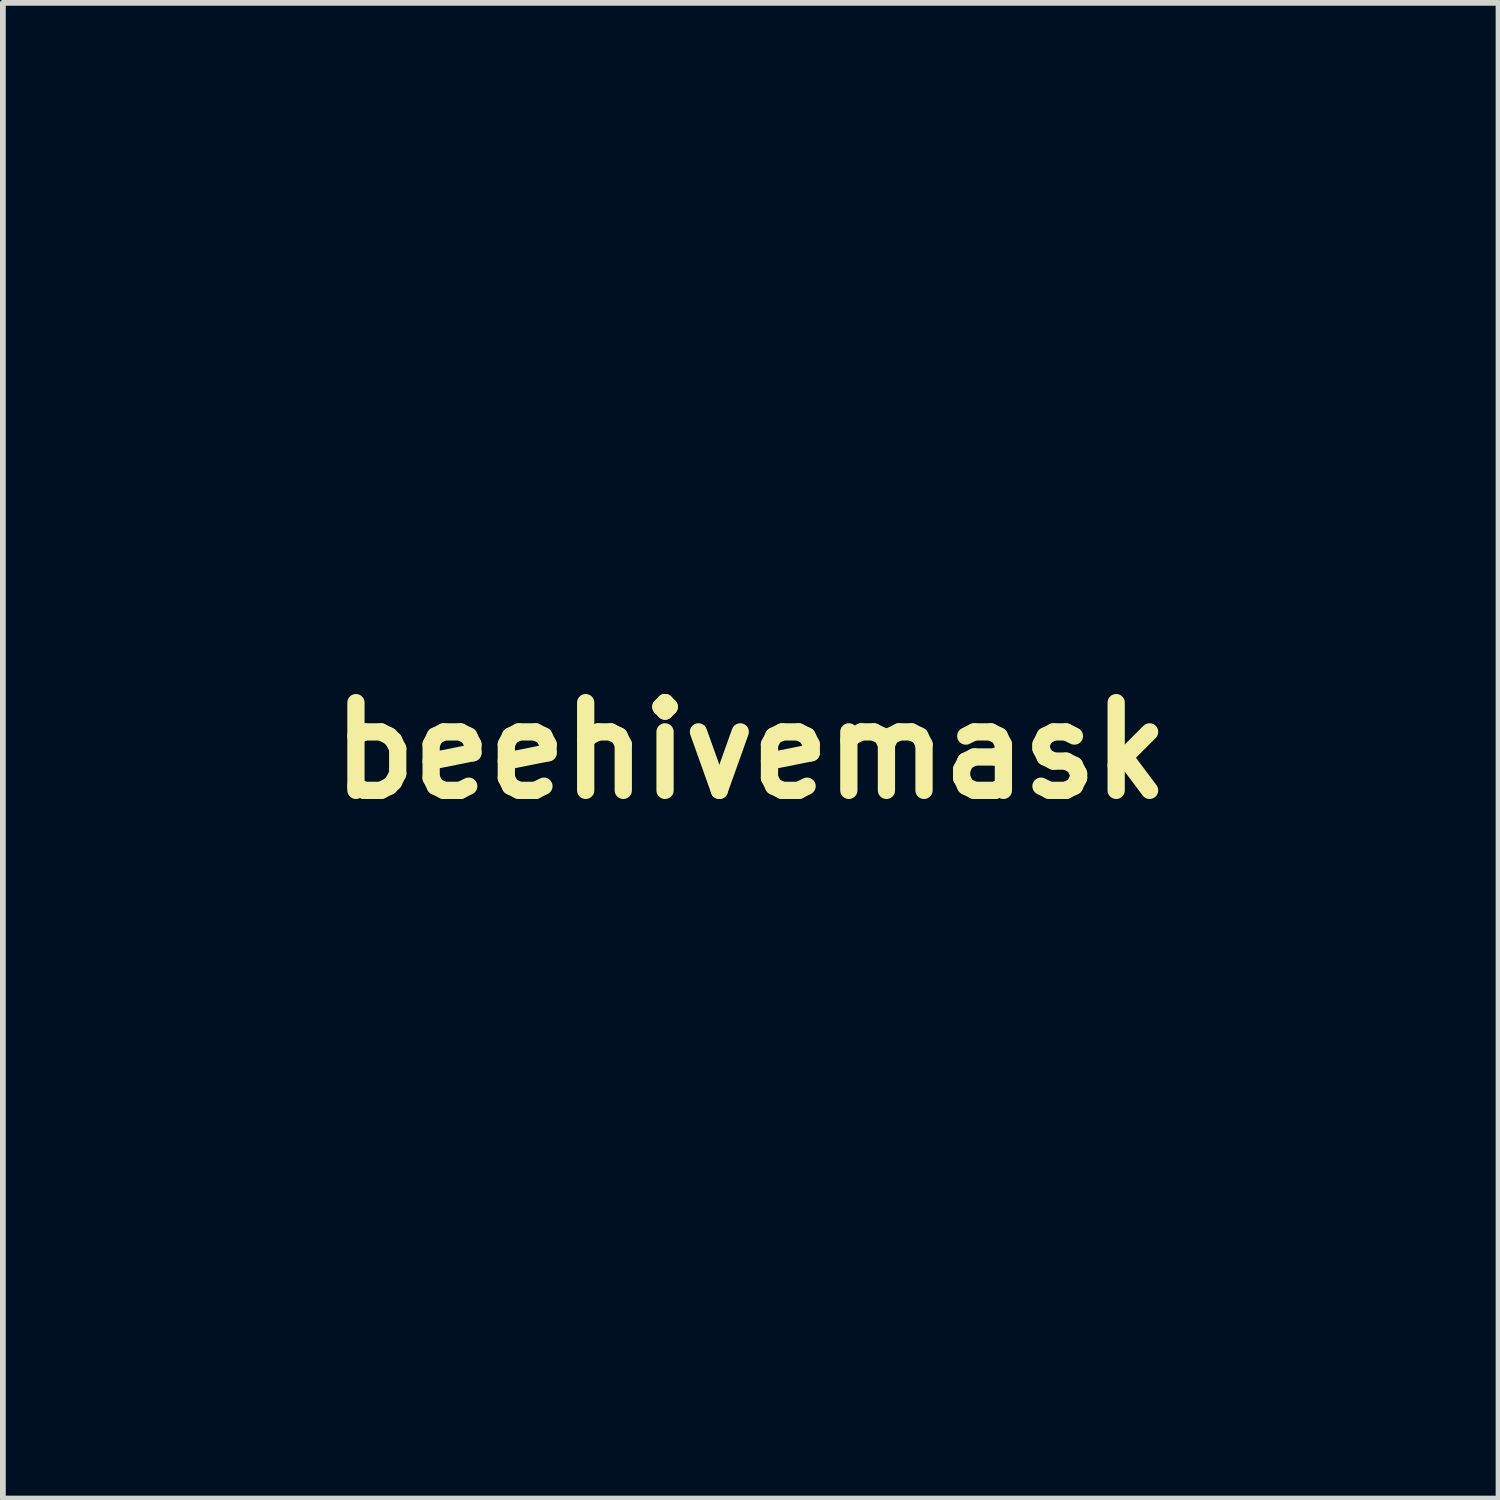
<source format=kicad_pcb>
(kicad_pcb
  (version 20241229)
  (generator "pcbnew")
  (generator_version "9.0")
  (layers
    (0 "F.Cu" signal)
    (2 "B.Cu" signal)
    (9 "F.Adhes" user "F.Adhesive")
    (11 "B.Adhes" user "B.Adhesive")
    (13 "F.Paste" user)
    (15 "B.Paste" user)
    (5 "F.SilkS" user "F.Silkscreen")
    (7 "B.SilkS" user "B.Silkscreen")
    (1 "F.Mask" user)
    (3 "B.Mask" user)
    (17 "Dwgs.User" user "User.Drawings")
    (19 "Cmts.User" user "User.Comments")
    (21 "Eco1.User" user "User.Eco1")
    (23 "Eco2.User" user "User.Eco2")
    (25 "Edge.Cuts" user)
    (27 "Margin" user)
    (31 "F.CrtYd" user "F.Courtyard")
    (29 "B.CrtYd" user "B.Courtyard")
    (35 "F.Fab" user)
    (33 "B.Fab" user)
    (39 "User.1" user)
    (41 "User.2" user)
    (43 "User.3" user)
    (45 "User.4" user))
  (footprint "beehivemask"
    (layer "F.Cu")
    (at 9.992 9.992)
    (property "Reference" "beehivemask" (at 0 0 0) (layer "F.SilkS") (effects (font (size 1.524 1.524) (thickness 0.3))))
    (attr through_hole)
    (fp_poly (pts (xy 9.987 9.987) (xy 9.755 9.987) (xy 9.657 9.987) (xy 9.592 9.985) (xy 9.553 9.98) (xy 9.536 9.973) (xy 9.534 9.961) (xy 9.535 9.957) (xy 9.545 9.921) (xy 9.547 9.909) (xy 9.563 9.896) (xy 9.593 9.892) (xy 9.637 9.877) (xy 9.651 9.855) (xy 9.678 9.82) (xy 9.701 9.809) (xy 9.731 9.789) (xy 9.738 9.77) (xy 9.754 9.741) (xy 9.777 9.729) (xy 9.808 9.707) (xy 9.815 9.689) (xy 9.83 9.658) (xy 9.853 9.638) (xy 9.884 9.607) (xy 9.892 9.583) (xy 9.909 9.555) (xy 9.94 9.542) (xy 9.987 9.533) (xy 9.987 9.987)) (stroke (width 0.01) (type solid)) (fill yes) (layer "F.Mask"))
    (fp_poly (pts (xy -9.657 -9.987) (xy -9.592 -9.985) (xy -9.553 -9.98) (xy -9.536 -9.973) (xy -9.534 -9.961) (xy -9.535 -9.957) (xy -9.545 -9.921) (xy -9.547 -9.909) (xy -9.563 -9.896) (xy -9.593 -9.892) (xy -9.637 -9.877) (xy -9.651 -9.855) (xy -9.678 -9.82) (xy -9.701 -9.809) (xy -9.731 -9.789) (xy -9.738 -9.77) (xy -9.754 -9.741) (xy -9.775 -9.729) (xy -9.809 -9.703) (xy -9.82 -9.682) (xy -9.849 -9.64) (xy -9.901 -9.619) (xy -9.944 -9.619) (xy -9.964 -9.624) (xy -9.977 -9.638) (xy -9.984 -9.666) (xy -9.987 -9.718) (xy -9.987 -9.8) (xy -9.987 -9.807) (xy -9.987 -9.987) (xy -9.755 -9.987) (xy -9.657 -9.987)) (stroke (width 0.01) (type solid)) (fill yes) (layer "F.Mask"))
    (fp_poly (pts (xy -9.948 9.541) (xy -9.91 9.563) (xy -9.896 9.583) (xy -9.871 9.619) (xy -9.85 9.639) (xy -9.822 9.67) (xy -9.815 9.69) (xy -9.799 9.717) (xy -9.779 9.728) (xy -9.744 9.755) (xy -9.733 9.777) (xy -9.712 9.808) (xy -9.693 9.815) (xy -9.664 9.831) (xy -9.652 9.852) (xy -9.624 9.884) (xy -9.589 9.895) (xy -9.546 9.912) (xy -9.531 9.944) (xy -9.53 9.962) (xy -9.536 9.975) (xy -9.556 9.982) (xy -9.596 9.986) (xy -9.662 9.987) (xy -9.756 9.987) (xy -9.987 9.987) (xy -9.987 9.759) (xy -9.987 9.663) (xy -9.986 9.599) (xy -9.982 9.561) (xy -9.974 9.543) (xy -9.962 9.539) (xy -9.948 9.541)) (stroke (width 0.01) (type solid)) (fill yes) (layer "F.Mask"))
    (fp_poly (pts (xy 9.987 -9.757) (xy 9.987 -9.669) (xy 9.986 -9.596) (xy 9.985 -9.547) (xy 9.983 -9.529) (xy 9.983 -9.529) (xy 9.963 -9.536) (xy 9.935 -9.547) (xy 9.901 -9.57) (xy 9.892 -9.589) (xy 9.877 -9.618) (xy 9.853 -9.638) (xy 9.823 -9.667) (xy 9.815 -9.689) (xy 9.799 -9.717) (xy 9.779 -9.728) (xy 9.744 -9.755) (xy 9.733 -9.777) (xy 9.712 -9.808) (xy 9.694 -9.815) (xy 9.667 -9.831) (xy 9.656 -9.853) (xy 9.631 -9.885) (xy 9.596 -9.892) (xy 9.559 -9.897) (xy 9.547 -9.909) (xy 9.54 -9.941) (xy 9.535 -9.957) (xy 9.534 -9.97) (xy 9.547 -9.979) (xy 9.58 -9.984) (xy 9.637 -9.987) (xy 9.726 -9.987) (xy 9.755 -9.987) (xy 9.987 -9.987) (xy 9.987 -9.757)) (stroke (width 0.01) (type solid)) (fill yes) (layer "F.Mask"))
    (fp_poly (pts (xy 0.24 -4.277) (xy 0.49 -4.225) (xy 0.743 -4.138) (xy 0.985 -4.023) (xy 1.026 -3.997) (xy 1.084 -3.957) (xy 1.152 -3.908) (xy 1.223 -3.854) (xy 1.29 -3.801) (xy 1.346 -3.755) (xy 1.385 -3.72) (xy 1.4 -3.702) (xy 1.412 -3.683) (xy 1.443 -3.644) (xy 1.478 -3.604) (xy 1.544 -3.53) (xy 1.596 -3.465) (xy 1.641 -3.398) (xy 1.688 -3.317) (xy 1.74 -3.221) (xy 1.836 -3.017) (xy 1.905 -2.827) (xy 1.946 -2.654) (xy 1.949 -2.626) (xy 1.954 -2.563) (xy 1.957 -2.471) (xy 1.957 -2.362) (xy 1.955 -2.245) (xy 1.953 -2.195) (xy 1.944 -2.033) (xy 1.928 -1.898) (xy 1.903 -1.778) (xy 1.865 -1.661) (xy 1.813 -1.536) (xy 1.753 -1.413) (xy 1.704 -1.318) (xy 1.661 -1.243) (xy 1.618 -1.177) (xy 1.568 -1.111) (xy 1.504 -1.035) (xy 1.443 -0.966) (xy 1.26 -0.788) (xy 1.048 -0.635) (xy 0.808 -0.507) (xy 0.54 -0.404) (xy 0.46 -0.38) (xy 0.385 -0.362) (xy 0.305 -0.348) (xy 0.211 -0.34) (xy 0.092 -0.334) (xy 0.029 -0.332) (xy -0.089 -0.33) (xy -0.178 -0.331) (xy -0.249 -0.335) (xy -0.312 -0.344) (xy -0.377 -0.358) (xy -0.431 -0.373) (xy -0.681 -0.45) (xy -0.899 -0.541) (xy -1.089 -0.645) (xy -1.257 -0.767) (xy -1.362 -0.863) (xy -1.545 -1.065) (xy -1.695 -1.28) (xy -1.815 -1.511) (xy -1.908 -1.764) (xy -1.955 -1.942) (xy -1.986 -2.146) (xy -1.991 -2.366) (xy -1.97 -2.59) (xy -1.926 -2.806) (xy -1.858 -3.001) (xy -1.758 -3.215) (xy -1.657 -3.391) (xy -1.554 -3.533) (xy -1.538 -3.55) (xy -1.487 -3.611) (xy -1.446 -3.66) (xy -1.422 -3.692) (xy -1.419 -3.699) (xy -1.404 -3.715) (xy -1.366 -3.75) (xy -1.31 -3.798) (xy -1.248 -3.848) (xy -1.032 -3.998) (xy -0.798 -4.12) (xy -0.551 -4.212) (xy -0.298 -4.27) (xy -0.045 -4.294) (xy -0.01 -4.294) (xy 0.24 -4.277)) (stroke (width 0.01) (type solid)) (fill yes) (layer "F.Mask"))
    (fp_poly (pts (xy -2.288 0.252) (xy -2.155 0.257) (xy -2.033 0.267) (xy -1.933 0.28) (xy -1.879 0.293) (xy -1.731 0.357) (xy -1.606 0.45) (xy -1.506 0.573) (xy -1.433 0.722) (xy -1.426 0.743) (xy -1.409 0.809) (xy -1.419 0.851) (xy -1.458 0.876) (xy -1.517 0.89) (xy -1.581 0.904) (xy -1.638 0.924) (xy -1.646 0.928) (xy -1.697 0.947) (xy -1.763 0.963) (xy -1.787 0.967) (xy -1.842 0.973) (xy -1.875 0.966) (xy -1.901 0.94) (xy -1.923 0.907) (xy -1.961 0.851) (xy -1.998 0.814) (xy -2.045 0.786) (xy -2.115 0.758) (xy -2.179 0.74) (xy -2.249 0.731) (xy -2.34 0.731) (xy -2.374 0.732) (xy -2.51 0.748) (xy -2.614 0.78) (xy -2.692 0.83) (xy -2.739 0.888) (xy -2.749 0.905) (xy -2.757 0.924) (xy -2.764 0.948) (xy -2.769 0.981) (xy -2.773 1.026) (xy -2.776 1.089) (xy -2.777 1.171) (xy -2.779 1.277) (xy -2.779 1.41) (xy -2.78 1.575) (xy -2.78 1.76) (xy -2.78 1.957) (xy -2.779 2.12) (xy -2.779 2.252) (xy -2.777 2.356) (xy -2.775 2.437) (xy -2.772 2.498) (xy -2.768 2.543) (xy -2.763 2.576) (xy -2.757 2.6) (xy -2.748 2.619) (xy -2.74 2.634) (xy -2.701 2.69) (xy -2.655 2.73) (xy -2.596 2.756) (xy -2.517 2.772) (xy -2.411 2.779) (xy -2.331 2.78) (xy -2.232 2.779) (xy -2.162 2.777) (xy -2.114 2.772) (xy -2.079 2.762) (xy -2.049 2.745) (xy -2.019 2.724) (xy -1.967 2.678) (xy -1.927 2.627) (xy -1.918 2.609) (xy -1.897 2.573) (xy -1.868 2.554) (xy -1.824 2.553) (xy -1.757 2.568) (xy -1.695 2.586) (xy -1.621 2.609) (xy -1.55 2.627) (xy -1.512 2.635) (xy -1.451 2.65) (xy -1.42 2.676) (xy -1.413 2.719) (xy -1.429 2.788) (xy -1.435 2.805) (xy -1.5 2.944) (xy -1.597 3.063) (xy -1.722 3.159) (xy -1.85 3.222) (xy -1.896 3.238) (xy -1.942 3.249) (xy -1.996 3.258) (xy -2.065 3.263) (xy -2.155 3.267) (xy -2.274 3.27) (xy -2.32 3.271) (xy -2.445 3.273) (xy -2.54 3.274) (xy -2.61 3.272) (xy -2.665 3.267) (xy -2.71 3.259) (xy -2.753 3.247) (xy -2.802 3.23) (xy -2.815 3.225) (xy -2.95 3.156) (xy -3.073 3.059) (xy -3.173 2.942) (xy -3.229 2.844) (xy -3.278 2.737) (xy -3.278 0.804) (xy -3.228 0.685) (xy -3.151 0.544) (xy -3.045 0.43) (xy -2.911 0.342) (xy -2.751 0.282) (xy -2.741 0.279) (xy -2.66 0.265) (xy -2.551 0.256) (xy -2.424 0.252) (xy -2.288 0.252)) (stroke (width 0.01) (type solid)) (fill yes) (layer "F.Mask"))
    (fp_poly (pts (xy 2.497 0.254) (xy 2.655 0.271) (xy 2.786 0.301) (xy 2.895 0.347) (xy 2.988 0.412) (xy 3.069 0.496) (xy 3.133 0.582) (xy 3.18 0.67) (xy 3.212 0.773) (xy 3.231 0.897) (xy 3.238 1.047) (xy 3.235 1.19) (xy 3.228 1.318) (xy 3.217 1.415) (xy 3.202 1.49) (xy 3.179 1.55) (xy 3.146 1.604) (xy 3.105 1.654) (xy 3.064 1.704) (xy 3.037 1.745) (xy 3.029 1.764) (xy 3.042 1.79) (xy 3.074 1.831) (xy 3.105 1.864) (xy 3.153 1.92) (xy 3.191 1.981) (xy 3.204 2.01) (xy 3.217 2.072) (xy 3.226 2.163) (xy 3.233 2.273) (xy 3.235 2.393) (xy 3.235 2.512) (xy 3.231 2.622) (xy 3.223 2.712) (xy 3.213 2.767) (xy 3.157 2.907) (xy 3.069 3.03) (xy 2.953 3.132) (xy 2.814 3.209) (xy 2.734 3.238) (xy 2.675 3.253) (xy 2.617 3.265) (xy 2.55 3.272) (xy 2.468 3.276) (xy 2.361 3.277) (xy 2.281 3.277) (xy 2.157 3.276) (xy 2.064 3.273) (xy 1.992 3.268) (xy 1.934 3.259) (xy 1.883 3.247) (xy 1.84 3.233) (xy 1.703 3.177) (xy 1.595 3.107) (xy 1.507 3.017) (xy 1.431 2.898) (xy 1.412 2.862) (xy 1.374 2.777) (xy 1.363 2.717) (xy 1.378 2.677) (xy 1.424 2.651) (xy 1.486 2.636) (xy 1.548 2.622) (xy 1.625 2.601) (xy 1.673 2.586) (xy 1.751 2.565) (xy 1.806 2.565) (xy 1.85 2.589) (xy 1.894 2.64) (xy 1.897 2.644) (xy 1.941 2.698) (xy 1.989 2.736) (xy 2.049 2.76) (xy 2.128 2.774) (xy 2.234 2.779) (xy 2.293 2.779) (xy 2.394 2.778) (xy 2.466 2.775) (xy 2.517 2.768) (xy 2.557 2.756) (xy 2.594 2.737) (xy 2.597 2.736) (xy 2.647 2.703) (xy 2.682 2.665) (xy 2.704 2.616) (xy 2.717 2.548) (xy 2.721 2.452) (xy 2.722 2.393) (xy 2.721 2.283) (xy 2.715 2.203) (xy 2.702 2.147) (xy 2.681 2.105) (xy 2.649 2.072) (xy 2.626 2.053) (xy 2.59 2.031) (xy 2.548 2.016) (xy 2.491 2.006) (xy 2.408 1.998) (xy 2.37 1.996) (xy 2.176 1.984) (xy 2.176 1.524) (xy 2.378 1.514) (xy 2.471 1.509) (xy 2.536 1.502) (xy 2.58 1.492) (xy 2.614 1.476) (xy 2.64 1.457) (xy 2.672 1.428) (xy 2.695 1.399) (xy 2.709 1.362) (xy 2.717 1.309) (xy 2.721 1.233) (xy 2.722 1.126) (xy 2.722 1.119) (xy 2.721 1.023) (xy 2.718 0.956) (xy 2.711 0.911) (xy 2.699 0.88) (xy 2.683 0.857) (xy 2.621 0.805) (xy 2.531 0.766) (xy 2.422 0.74) (xy 2.303 0.73) (xy 2.182 0.736) (xy 2.076 0.757) (xy 2.001 0.788) (xy 1.941 0.836) (xy 1.908 0.872) (xy 1.857 0.926) (xy 1.807 0.954) (xy 1.749 0.956) (xy 1.673 0.937) (xy 1.629 0.92) (xy 1.561 0.898) (xy 1.496 0.884) (xy 1.47 0.882) (xy 1.405 0.87) (xy 1.368 0.836) (xy 1.361 0.803) (xy 1.374 0.747) (xy 1.408 0.673) (xy 1.459 0.591) (xy 1.52 0.51) (xy 1.585 0.44) (xy 1.589 0.437) (xy 1.663 0.376) (xy 1.74 0.329) (xy 1.827 0.294) (xy 1.93 0.271) (xy 2.055 0.257) (xy 2.208 0.25) (xy 2.308 0.249) (xy 2.497 0.254)) (stroke (width 0.01) (type solid)) (fill yes) (layer "F.Mask"))
    (fp_poly (pts (xy -4.871 0.249) (xy -4.735 0.25) (xy -4.628 0.251) (xy -4.544 0.253) (xy -4.479 0.256) (xy -4.428 0.261) (xy -4.385 0.268) (xy -4.347 0.278) (xy -4.307 0.289) (xy -4.281 0.298) (xy -4.128 0.361) (xy -4.008 0.443) (xy -3.916 0.546) (xy -3.85 0.674) (xy -3.822 0.757) (xy -3.816 0.802) (xy -3.81 0.881) (xy -3.805 0.988) (xy -3.801 1.119) (xy -3.797 1.269) (xy -3.795 1.433) (xy -3.794 1.606) (xy -3.794 1.783) (xy -3.794 1.96) (xy -3.796 2.132) (xy -3.798 2.294) (xy -3.802 2.44) (xy -3.806 2.567) (xy -3.811 2.669) (xy -3.817 2.741) (xy -3.823 2.774) (xy -3.877 2.913) (xy -3.959 3.03) (xy -4.072 3.125) (xy -4.216 3.201) (xy -4.32 3.238) (xy -4.36 3.249) (xy -4.399 3.258) (xy -4.444 3.265) (xy -4.498 3.27) (xy -4.566 3.274) (xy -4.655 3.276) (xy -4.768 3.277) (xy -4.91 3.277) (xy -5.039 3.277) (xy -5.215 3.277) (xy -5.365 3.275) (xy -5.488 3.271) (xy -5.58 3.267) (xy -5.639 3.262) (xy -5.66 3.257) (xy -5.675 3.243) (xy -5.685 3.217) (xy -5.691 3.172) (xy -5.693 3.1) (xy -5.693 3.039) (xy -5.691 2.931) (xy -5.682 2.855) (xy -5.665 2.809) (xy -5.638 2.785) (xy -5.607 2.78) (xy -5.577 2.765) (xy -5.551 2.737) (xy -5.544 2.723) (xy -5.538 2.702) (xy -5.533 2.669) (xy -5.53 2.621) (xy -5.527 2.556) (xy -5.524 2.47) (xy -5.523 2.359) (xy -5.522 2.222) (xy -5.521 2.054) (xy -5.521 1.852) (xy -5.521 1.825) (xy -5.025 1.825) (xy -5.024 1.994) (xy -5.023 2.157) (xy -5.021 2.309) (xy -5.019 2.446) (xy -5.015 2.563) (xy -5.012 2.656) (xy -5.007 2.72) (xy -5.002 2.752) (xy -5.001 2.753) (xy -4.98 2.765) (xy -4.938 2.773) (xy -4.868 2.778) (xy -4.767 2.78) (xy -4.74 2.78) (xy -4.636 2.779) (xy -4.562 2.776) (xy -4.511 2.77) (xy -4.473 2.759) (xy -4.441 2.743) (xy -4.435 2.74) (xy -4.407 2.723) (xy -4.383 2.707) (xy -4.364 2.689) (xy -4.349 2.665) (xy -4.337 2.632) (xy -4.328 2.587) (xy -4.322 2.525) (xy -4.317 2.444) (xy -4.315 2.34) (xy -4.314 2.21) (xy -4.313 2.05) (xy -4.313 1.856) (xy -4.313 1.76) (xy -4.313 0.903) (xy -4.357 0.852) (xy -4.426 0.795) (xy -4.522 0.756) (xy -4.648 0.735) (xy -4.785 0.728) (xy -4.884 0.73) (xy -4.95 0.736) (xy -4.989 0.746) (xy -5.002 0.755) (xy -5.007 0.78) (xy -5.011 0.839) (xy -5.015 0.927) (xy -5.018 1.041) (xy -5.021 1.174) (xy -5.023 1.324) (xy -5.024 1.485) (xy -5.025 1.654) (xy -5.025 1.825) (xy -5.521 1.825) (xy -5.521 1.755) (xy -5.522 1.56) (xy -5.523 1.379) (xy -5.524 1.216) (xy -5.526 1.074) (xy -5.529 0.957) (xy -5.532 0.867) (xy -5.536 0.81) (xy -5.539 0.787) (xy -5.567 0.761) (xy -5.614 0.733) (xy -5.62 0.729) (xy -5.684 0.699) (xy -5.689 0.501) (xy -5.69 0.392) (xy -5.685 0.317) (xy -5.674 0.278) (xy -5.673 0.276) (xy -5.66 0.268) (xy -5.634 0.262) (xy -5.591 0.257) (xy -5.527 0.254) (xy -5.439 0.252) (xy -5.322 0.25) (xy -5.174 0.249) (xy -5.04 0.249) (xy -4.871 0.249)) (stroke (width 0.01) (type solid)) (fill yes) (layer "F.Mask"))
    (fp_poly (pts (xy 0.433 0.251) (xy 0.512 0.255) (xy 0.564 0.261) (xy 0.585 0.268) (xy 0.587 0.291) (xy 0.589 0.348) (xy 0.591 0.435) (xy 0.593 0.55) (xy 0.594 0.687) (xy 0.595 0.843) (xy 0.595 1.014) (xy 0.595 1.178) (xy 0.595 1.386) (xy 0.594 1.559) (xy 0.595 1.701) (xy 0.596 1.814) (xy 0.597 1.902) (xy 0.599 1.97) (xy 0.602 2.019) (xy 0.607 2.053) (xy 0.612 2.076) (xy 0.619 2.092) (xy 0.627 2.103) (xy 0.632 2.108) (xy 0.674 2.135) (xy 0.735 2.146) (xy 0.766 2.147) (xy 0.829 2.151) (xy 0.865 2.164) (xy 0.881 2.184) (xy 0.891 2.223) (xy 0.898 2.286) (xy 0.901 2.363) (xy 0.9 2.444) (xy 0.896 2.518) (xy 0.888 2.575) (xy 0.878 2.603) (xy 0.847 2.616) (xy 0.792 2.625) (xy 0.755 2.626) (xy 0.696 2.628) (xy 0.653 2.636) (xy 0.625 2.657) (xy 0.607 2.695) (xy 0.598 2.756) (xy 0.595 2.846) (xy 0.595 2.958) (xy 0.596 3.066) (xy 0.595 3.143) (xy 0.591 3.194) (xy 0.584 3.225) (xy 0.574 3.244) (xy 0.564 3.253) (xy 0.525 3.267) (xy 0.451 3.275) (xy 0.341 3.278) (xy 0.323 3.278) (xy 0.231 3.277) (xy 0.17 3.275) (xy 0.132 3.269) (xy 0.11 3.258) (xy 0.097 3.242) (xy 0.095 3.238) (xy 0.085 3.198) (xy 0.08 3.122) (xy 0.078 3.014) (xy 0.08 2.93) (xy 0.081 2.82) (xy 0.081 2.743) (xy 0.077 2.692) (xy 0.07 2.662) (xy 0.059 2.646) (xy 0.057 2.645) (xy 0.031 2.64) (xy -0.029 2.635) (xy -0.116 2.632) (xy -0.225 2.629) (xy -0.351 2.627) (xy -0.463 2.627) (xy -0.615 2.626) (xy -0.732 2.625) (xy -0.82 2.623) (xy -0.883 2.62) (xy -0.925 2.616) (xy -0.95 2.61) (xy -0.963 2.602) (xy -0.966 2.596) (xy -0.973 2.558) (xy -0.976 2.493) (xy -0.978 2.41) (xy -0.977 2.32) (xy -0.973 2.234) (xy -0.968 2.162) (xy -0.961 2.114) (xy -0.958 2.105) (xy -0.935 2.06) (xy -0.932 2.054) (xy -0.378 2.054) (xy -0.376 2.103) (xy -0.36 2.124) (xy -0.329 2.136) (xy -0.271 2.144) (xy -0.196 2.148) (xy -0.115 2.147) (xy -0.04 2.143) (xy 0.02 2.134) (xy 0.054 2.122) (xy 0.056 2.12) (xy 0.065 2.089) (xy 0.073 2.02) (xy 0.079 1.914) (xy 0.084 1.773) (xy 0.084 1.732) (xy 0.086 1.576) (xy 0.084 1.457) (xy 0.077 1.373) (xy 0.066 1.322) (xy 0.05 1.304) (xy 0.027 1.317) (xy -0.002 1.358) (xy -0.039 1.428) (xy -0.042 1.433) (xy -0.08 1.508) (xy -0.129 1.601) (xy -0.181 1.697) (xy -0.206 1.741) (xy -0.247 1.816) (xy -0.28 1.877) (xy -0.302 1.919) (xy -0.307 1.933) (xy -0.318 1.956) (xy -0.344 1.992) (xy -0.345 1.994) (xy -0.378 2.054) (xy -0.932 2.054) (xy -0.904 2.003) (xy -0.896 1.989) (xy -0.87 1.945) (xy -0.83 1.875) (xy -0.78 1.789) (xy -0.726 1.694) (xy -0.671 1.598) (xy -0.622 1.511) (xy -0.582 1.44) (xy -0.556 1.394) (xy -0.534 1.354) (xy -0.498 1.289) (xy -0.451 1.207) (xy -0.398 1.114) (xy -0.342 1.015) (xy -0.286 0.917) (xy -0.234 0.826) (xy -0.189 0.748) (xy -0.155 0.689) (xy -0.135 0.656) (xy -0.133 0.652) (xy -0.11 0.613) (xy -0.091 0.575) (xy -0.07 0.536) (xy -0.035 0.476) (xy 0.006 0.406) (xy 0.017 0.388) (xy 0.1 0.249) (xy 0.337 0.249) (xy 0.433 0.251)) (stroke (width 0.01) (type solid)) (fill yes) (layer "F.Mask"))
    (fp_poly (pts (xy 4.692 0.249) (xy 4.745 0.249) (xy 4.937 0.249) (xy 5.093 0.25) (xy 5.218 0.251) (xy 5.316 0.252) (xy 5.388 0.255) (xy 5.441 0.258) (xy 5.475 0.263) (xy 5.496 0.268) (xy 5.507 0.275) (xy 5.509 0.28) (xy 5.517 0.319) (xy 5.521 0.383) (xy 5.522 0.461) (xy 5.52 0.542) (xy 5.515 0.616) (xy 5.508 0.674) (xy 5.499 0.704) (xy 5.498 0.705) (xy 5.478 0.713) (xy 5.434 0.719) (xy 5.363 0.723) (xy 5.262 0.726) (xy 5.129 0.728) (xy 4.96 0.728) (xy 4.952 0.728) (xy 4.429 0.728) (xy 4.397 0.777) (xy 4.373 0.831) (xy 4.349 0.91) (xy 4.329 1.002) (xy 4.317 1.092) (xy 4.314 1.146) (xy 4.306 1.218) (xy 4.288 1.287) (xy 4.284 1.297) (xy 4.265 1.345) (xy 4.258 1.371) (xy 4.266 1.387) (xy 4.286 1.408) (xy 4.303 1.419) (xy 4.331 1.427) (xy 4.376 1.432) (xy 4.444 1.436) (xy 4.54 1.437) (xy 4.659 1.438) (xy 4.783 1.438) (xy 4.876 1.439) (xy 4.945 1.443) (xy 4.998 1.448) (xy 5.041 1.458) (xy 5.083 1.472) (xy 5.13 1.49) (xy 5.273 1.566) (xy 5.386 1.666) (xy 5.471 1.791) (xy 5.529 1.943) (xy 5.538 1.98) (xy 5.549 2.054) (xy 5.556 2.155) (xy 5.559 2.275) (xy 5.559 2.402) (xy 5.555 2.526) (xy 5.547 2.638) (xy 5.536 2.727) (xy 5.529 2.76) (xy 5.474 2.905) (xy 5.391 3.027) (xy 5.277 3.125) (xy 5.132 3.202) (xy 5.055 3.23) (xy 4.995 3.248) (xy 4.942 3.261) (xy 4.885 3.269) (xy 4.818 3.274) (xy 4.732 3.277) (xy 4.617 3.277) (xy 4.585 3.277) (xy 4.461 3.276) (xy 4.366 3.273) (xy 4.294 3.268) (xy 4.236 3.259) (xy 4.184 3.247) (xy 4.141 3.234) (xy 4.003 3.178) (xy 3.897 3.113) (xy 3.821 3.042) (xy 3.78 2.986) (xy 3.74 2.919) (xy 3.709 2.851) (xy 3.689 2.793) (xy 3.686 2.755) (xy 3.687 2.753) (xy 3.711 2.732) (xy 3.758 2.715) (xy 3.771 2.713) (xy 3.841 2.696) (xy 3.909 2.672) (xy 3.91 2.671) (xy 3.971 2.651) (xy 4.046 2.636) (xy 4.075 2.632) (xy 4.137 2.628) (xy 4.173 2.634) (xy 4.196 2.654) (xy 4.2 2.66) (xy 4.234 2.694) (xy 4.284 2.732) (xy 4.294 2.739) (xy 4.327 2.756) (xy 4.363 2.768) (xy 4.411 2.775) (xy 4.478 2.778) (xy 4.574 2.779) (xy 4.601 2.779) (xy 4.704 2.778) (xy 4.778 2.775) (xy 4.83 2.769) (xy 4.87 2.758) (xy 4.906 2.742) (xy 4.917 2.736) (xy 4.969 2.699) (xy 5.009 2.657) (xy 5.017 2.645) (xy 5.027 2.606) (xy 5.034 2.538) (xy 5.039 2.451) (xy 5.041 2.354) (xy 5.041 2.258) (xy 5.038 2.17) (xy 5.032 2.101) (xy 5.024 2.064) (xy 4.997 2.022) (xy 4.952 1.979) (xy 4.942 1.972) (xy 4.916 1.954) (xy 4.888 1.942) (xy 4.852 1.934) (xy 4.802 1.929) (xy 4.729 1.927) (xy 4.627 1.927) (xy 4.591 1.927) (xy 4.48 1.927) (xy 4.401 1.928) (xy 4.345 1.932) (xy 4.307 1.938) (xy 4.278 1.95) (xy 4.252 1.966) (xy 4.235 1.979) (xy 4.186 2.011) (xy 4.146 2.03) (xy 4.136 2.032) (xy 4.092 2.026) (xy 4.024 2.011) (xy 3.943 1.989) (xy 3.86 1.964) (xy 3.786 1.938) (xy 3.729 1.914) (xy 3.699 1.89) (xy 3.686 1.859) (xy 3.684 1.842) (xy 3.687 1.786) (xy 3.7 1.718) (xy 3.708 1.691) (xy 3.724 1.628) (xy 3.74 1.543) (xy 3.754 1.453) (xy 3.755 1.438) (xy 3.768 1.342) (xy 3.785 1.241) (xy 3.802 1.156) (xy 3.803 1.15) (xy 3.819 1.069) (xy 3.83 0.989) (xy 3.833 0.939) (xy 3.84 0.867) (xy 3.856 0.786) (xy 3.864 0.757) (xy 3.879 0.692) (xy 3.895 0.605) (xy 3.908 0.513) (xy 3.91 0.491) (xy 3.916 0.432) (xy 3.92 0.384) (xy 3.927 0.344) (xy 3.941 0.313) (xy 3.964 0.29) (xy 4.001 0.273) (xy 4.054 0.261) (xy 4.128 0.254) (xy 4.225 0.25) (xy 4.349 0.249) (xy 4.503 0.249) (xy 4.692 0.249)) (stroke (width 0.01) (type solid)) (fill yes) (layer "F.Mask"))
    (fp_poly (pts (xy 0.03 -8.658) (xy 0.121 -8.651) (xy 0.182 -8.646) (xy 0.447 -8.605) (xy 0.69 -8.534) (xy 0.913 -8.431) (xy 1.116 -8.296) (xy 1.303 -8.126) (xy 1.447 -7.959) (xy 1.523 -7.861) (xy 1.581 -7.788) (xy 1.625 -7.736) (xy 1.661 -7.703) (xy 1.694 -7.682) (xy 1.73 -7.671) (xy 1.773 -7.666) (xy 1.83 -7.662) (xy 1.841 -7.661) (xy 1.987 -7.641) (xy 2.145 -7.607) (xy 2.298 -7.562) (xy 2.425 -7.514) (xy 2.523 -7.462) (xy 2.636 -7.391) (xy 2.754 -7.308) (xy 2.864 -7.221) (xy 2.957 -7.138) (xy 2.968 -7.126) (xy 3.113 -6.958) (xy 3.228 -6.777) (xy 3.318 -6.574) (xy 3.368 -6.416) (xy 3.391 -6.336) (xy 3.414 -6.267) (xy 3.431 -6.22) (xy 3.437 -6.209) (xy 3.469 -6.184) (xy 3.524 -6.161) (xy 3.551 -6.154) (xy 3.75 -6.093) (xy 3.943 -5.997) (xy 4.123 -5.871) (xy 4.288 -5.719) (xy 4.432 -5.545) (xy 4.551 -5.354) (xy 4.641 -5.149) (xy 4.649 -5.128) (xy 4.673 -5.052) (xy 4.693 -4.983) (xy 4.706 -4.934) (xy 4.706 -4.934) (xy 4.715 -4.9) (xy 4.733 -4.87) (xy 4.763 -4.837) (xy 4.811 -4.798) (xy 4.882 -4.747) (xy 4.968 -4.689) (xy 5.188 -4.522) (xy 5.383 -4.333) (xy 5.552 -4.125) (xy 5.692 -3.902) (xy 5.8 -3.668) (xy 5.875 -3.426) (xy 5.914 -3.18) (xy 5.916 -3.153) (xy 5.923 -3.067) (xy 5.931 -2.992) (xy 5.94 -2.938) (xy 5.944 -2.921) (xy 5.966 -2.891) (xy 6.011 -2.847) (xy 6.071 -2.796) (xy 6.104 -2.771) (xy 6.306 -2.595) (xy 6.48 -2.395) (xy 6.622 -2.173) (xy 6.732 -1.933) (xy 6.803 -1.7) (xy 6.829 -1.583) (xy 6.847 -1.48) (xy 6.859 -1.378) (xy 6.866 -1.264) (xy 6.87 -1.127) (xy 6.87 -1.102) (xy 6.873 -0.863) (xy 6.999 -0.733) (xy 7.095 -0.631) (xy 7.171 -0.541) (xy 7.235 -0.451) (xy 7.295 -0.35) (xy 7.311 -0.322) (xy 7.426 -0.078) (xy 7.505 0.176) (xy 7.548 0.435) (xy 7.554 0.695) (xy 7.523 0.954) (xy 7.464 1.18) (xy 7.447 1.239) (xy 7.442 1.279) (xy 7.452 1.316) (xy 7.465 1.346) (xy 7.494 1.393) (xy 7.539 1.457) (xy 7.593 1.524) (xy 7.604 1.537) (xy 7.683 1.629) (xy 7.74 1.706) (xy 7.783 1.777) (xy 7.816 1.852) (xy 7.848 1.943) (xy 7.849 1.946) (xy 7.895 2.129) (xy 7.923 2.324) (xy 7.932 2.517) (xy 7.921 2.68) (xy 7.895 2.821) (xy 7.855 2.961) (xy 7.807 3.088) (xy 7.76 3.178) (xy 7.733 3.253) (xy 7.738 3.33) (xy 7.771 3.392) (xy 7.798 3.434) (xy 7.832 3.505) (xy 7.869 3.595) (xy 7.906 3.695) (xy 7.937 3.792) (xy 7.971 3.96) (xy 7.98 4.146) (xy 7.967 4.339) (xy 7.931 4.527) (xy 7.874 4.7) (xy 7.842 4.77) (xy 7.812 4.837) (xy 7.802 4.892) (xy 7.813 4.943) (xy 7.849 4.997) (xy 7.913 5.064) (xy 7.941 5.092) (xy 8.006 5.151) (xy 8.091 5.226) (xy 8.188 5.309) (xy 8.288 5.393) (xy 8.338 5.435) (xy 8.427 5.508) (xy 8.51 5.576) (xy 8.581 5.635) (xy 8.632 5.678) (xy 8.654 5.697) (xy 8.713 5.748) (xy 8.707 7.211) (xy 8.705 7.501) (xy 8.704 7.755) (xy 8.702 7.974) (xy 8.7 8.16) (xy 8.698 8.315) (xy 8.695 8.441) (xy 8.692 8.539) (xy 8.689 8.612) (xy 8.685 8.662) (xy 8.681 8.689) (xy 8.678 8.696) (xy 8.665 8.698) (xy 8.631 8.7) (xy 8.574 8.701) (xy 8.494 8.703) (xy 8.389 8.705) (xy 8.261 8.706) (xy 8.107 8.708) (xy 7.927 8.709) (xy 7.721 8.711) (xy 7.487 8.712) (xy 7.226 8.713) (xy 6.936 8.715) (xy 6.616 8.716) (xy 6.267 8.717) (xy 5.887 8.718) (xy 5.476 8.72) (xy 5.032 8.721) (xy 4.556 8.722) (xy 4.047 8.723) (xy 3.503 8.724) (xy 2.925 8.725) (xy 2.312 8.726) (xy 1.662 8.727) (xy 0.976 8.728) (xy 0.252 8.73) (xy -0.001 8.73) (xy -0.697 8.731) (xy -1.357 8.732) (xy -1.98 8.733) (xy -2.568 8.733) (xy -3.121 8.734) (xy -3.641 8.735) (xy -4.129 8.735) (xy -4.585 8.735) (xy -5.011 8.736) (xy -5.407 8.736) (xy -5.775 8.736) (xy -6.116 8.736) (xy -6.43 8.736) (xy -6.719 8.736) (xy -6.983 8.735) (xy -7.224 8.735) (xy -7.442 8.735) (xy -7.639 8.734) (xy -7.815 8.733) (xy -7.972 8.732) (xy -8.11 8.731) (xy -8.231 8.73) (xy -8.335 8.729) (xy -8.424 8.728) (xy -8.498 8.727) (xy -8.558 8.725) (xy -8.606 8.723) (xy -8.643 8.722) (xy -8.669 8.72) (xy -8.685 8.718) (xy -8.693 8.716) (xy -8.693 8.715) (xy -8.7 8.71) (xy -8.706 8.705) (xy -8.711 8.697) (xy -8.716 8.683) (xy -8.72 8.662) (xy -8.724 8.631) (xy -8.727 8.589) (xy -8.73 8.532) (xy -8.732 8.459) (xy -8.734 8.367) (xy -8.736 8.255) (xy -8.738 8.119) (xy -8.74 7.957) (xy -8.741 7.768) (xy -8.743 7.549) (xy -8.745 7.298) (xy -8.747 7.012) (xy -8.748 6.922) (xy -8.32 6.922) (xy -8.32 7.158) (xy -8.32 7.16) (xy -8.32 7.393) (xy -8.319 7.591) (xy -8.319 7.756) (xy -8.318 7.892) (xy -8.316 8.002) (xy -8.314 8.088) (xy -8.311 8.153) (xy -8.308 8.201) (xy -8.303 8.233) (xy -8.298 8.255) (xy -8.292 8.267) (xy -8.29 8.27) (xy -8.285 8.273) (xy -8.275 8.275) (xy -8.258 8.277) (xy -8.234 8.279) (xy -8.202 8.281) (xy -8.16 8.283) (xy -8.108 8.285) (xy -8.044 8.286) (xy -7.967 8.288) (xy -7.877 8.289) (xy -7.771 8.29) (xy -7.65 8.291) (xy -7.513 8.292) (xy -7.357 8.293) (xy -7.182 8.294) (xy -6.988 8.295) (xy -6.772 8.295) (xy -6.534 8.296) (xy -6.273 8.296) (xy -5.988 8.297) (xy -5.677 8.297) (xy -5.341 8.297) (xy -4.976 8.297) (xy -4.584 8.297) (xy -4.162 8.297) (xy -3.709 8.297) (xy -3.225 8.297) (xy -2.709 8.297) (xy -2.158 8.297) (xy -1.573 8.297) (xy -0.952 8.296) (xy -0.295 8.296) (xy 0.016 8.296) (xy 8.291 8.291) (xy 8.291 6.24) (xy 8.224 6.208) (xy 8.176 6.191) (xy 8.102 6.173) (xy 8.014 6.155) (xy 7.955 6.146) (xy 7.827 6.126) (xy 7.693 6.105) (xy 7.545 6.081) (xy 7.375 6.052) (xy 7.227 6.027) (xy 7.138 6.012) (xy 7.055 5.998) (xy 6.99 5.987) (xy 6.971 5.984) (xy 6.924 5.973) (xy 6.9 5.961) (xy 6.902 5.946) (xy 6.932 5.928) (xy 6.991 5.904) (xy 7.081 5.876) (xy 7.205 5.84) (xy 7.361 5.798) (xy 7.461 5.772) (xy 7.562 5.745) (xy 7.65 5.721) (xy 7.687 5.711) (xy 7.76 5.692) (xy 7.826 5.675) (xy 7.864 5.666) (xy 7.903 5.649) (xy 7.917 5.628) (xy 7.902 5.605) (xy 7.863 5.568) (xy 7.805 5.522) (xy 7.769 5.495) (xy 7.692 5.44) (xy 7.619 5.383) (xy 7.56 5.334) (xy 7.545 5.321) (xy 7.491 5.28) (xy 7.442 5.256) (xy 7.423 5.253) (xy 7.386 5.26) (xy 7.324 5.28) (xy 7.248 5.309) (xy 7.201 5.328) (xy 7.098 5.372) (xy 6.98 5.421) (xy 6.87 5.464) (xy 6.847 5.473) (xy 6.767 5.504) (xy 6.699 5.532) (xy 6.651 5.552) (xy 6.636 5.559) (xy 6.595 5.577) (xy 6.546 5.595) (xy 6.502 5.61) (xy 6.434 5.634) (xy 6.355 5.663) (xy 6.326 5.674) (xy 6.232 5.708) (xy 6.12 5.748) (xy 6.01 5.786) (xy 5.971 5.799) (xy 5.867 5.834) (xy 5.754 5.873) (xy 5.651 5.909) (xy 5.617 5.92) (xy 5.538 5.947) (xy 5.434 5.981) (xy 5.318 6.018) (xy 5.2 6.055) (xy 5.166 6.066) (xy 5.06 6.098) (xy 4.959 6.13) (xy 4.873 6.156) (xy 4.81 6.176) (xy 4.792 6.181) (xy 4.724 6.201) (xy 4.625 6.227) (xy 4.5 6.257) (xy 4.355 6.292) (xy 4.196 6.328) (xy 4.122 6.345) (xy 4.028 6.366) (xy 3.934 6.388) (xy 3.856 6.406) (xy 3.834 6.412) (xy 3.696 6.444) (xy 3.538 6.478) (xy 3.374 6.509) (xy 3.221 6.535) (xy 3.144 6.547) (xy 2.945 6.576) (xy 2.711 6.613) (xy 2.442 6.657) (xy 2.406 6.664) (xy 2.321 6.676) (xy 2.211 6.688) (xy 2.089 6.7) (xy 1.968 6.709) (xy 1.946 6.711) (xy 1.824 6.719) (xy 1.696 6.729) (xy 1.576 6.741) (xy 1.479 6.751) (xy 1.466 6.753) (xy 1.398 6.758) (xy 1.296 6.763) (xy 1.165 6.768) (xy 1.01 6.771) (xy 0.835 6.774) (xy 0.645 6.776) (xy 0.444 6.777) (xy 0.238 6.777) (xy 0.031 6.777) (xy -0.173 6.776) (xy -0.369 6.774) (xy -0.552 6.771) (xy -0.717 6.767) (xy -0.861 6.763) (xy -0.977 6.758) (xy -1.054 6.752) (xy -1.185 6.741) (xy -1.331 6.729) (xy -1.474 6.718) (xy -1.591 6.708) (xy -1.694 6.699) (xy -1.791 6.69) (xy -1.87 6.68) (xy -1.922 6.672) (xy -1.927 6.671) (xy -1.979 6.662) (xy -2.058 6.651) (xy -2.148 6.639) (xy -2.195 6.634) (xy -2.677 6.571) (xy -3.154 6.486) (xy -3.23 6.47) (xy -3.338 6.447) (xy -3.451 6.425) (xy -3.553 6.405) (xy -3.614 6.394) (xy -3.728 6.372) (xy -3.844 6.348) (xy -3.969 6.32) (xy -4.106 6.286) (xy -4.26 6.245) (xy -4.438 6.197) (xy -4.643 6.139) (xy -4.819 6.088) (xy -4.96 6.047) (xy -5.096 6.005) (xy -5.231 5.962) (xy -5.374 5.914) (xy -5.529 5.861) (xy -5.702 5.799) (xy -5.901 5.726) (xy -6.077 5.661) (xy -6.154 5.633) (xy -6.23 5.606) (xy -6.278 5.59) (xy -6.318 5.574) (xy -6.386 5.545) (xy -6.477 5.506) (xy -6.584 5.46) (xy -6.7 5.408) (xy -6.82 5.355) (xy -6.937 5.302) (xy -7.045 5.253) (xy -7.138 5.21) (xy -7.209 5.176) (xy -7.251 5.155) (xy -7.34 5.113) (xy -7.418 5.087) (xy -7.479 5.079) (xy -7.506 5.085) (xy -7.546 5.112) (xy -7.605 5.155) (xy -7.674 5.209) (xy -7.749 5.27) (xy -7.824 5.332) (xy -7.892 5.391) (xy -7.946 5.44) (xy -7.983 5.476) (xy -7.994 5.492) (xy -7.993 5.506) (xy -7.988 5.518) (xy -7.976 5.529) (xy -7.952 5.54) (xy -7.913 5.553) (xy -7.854 5.569) (xy -7.773 5.588) (xy -7.665 5.612) (xy -7.526 5.642) (xy -7.38 5.673) (xy -7.225 5.707) (xy -7.104 5.734) (xy -7.014 5.755) (xy -6.954 5.772) (xy -6.918 5.785) (xy -6.906 5.796) (xy -6.913 5.806) (xy -6.937 5.816) (xy -6.971 5.826) (xy -7.021 5.836) (xy -7.107 5.851) (xy -7.228 5.871) (xy -7.382 5.894) (xy -7.566 5.922) (xy -7.78 5.952) (xy -7.917 5.971) (xy -8.011 5.985) (xy -8.098 5.997) (xy -8.165 6.006) (xy -8.199 6.011) (xy -8.224 6.015) (xy -8.246 6.019) (xy -8.264 6.026) (xy -8.279 6.039) (xy -8.291 6.062) (xy -8.3 6.096) (xy -8.307 6.146) (xy -8.312 6.213) (xy -8.316 6.302) (xy -8.318 6.414) (xy -8.319 6.553) (xy -8.32 6.721) (xy -8.32 6.922) (xy -8.748 6.922) (xy -8.749 6.784) (xy -8.751 6.542) (xy -8.752 6.334) (xy -8.753 6.16) (xy -8.754 6.014) (xy -8.753 5.895) (xy -8.752 5.8) (xy -8.751 5.725) (xy -8.748 5.668) (xy -8.745 5.626) (xy -8.741 5.595) (xy -8.735 5.573) (xy -8.729 5.557) (xy -8.723 5.546) (xy -8.698 5.516) (xy -8.647 5.468) (xy -8.577 5.405) (xy -8.493 5.333) (xy -8.4 5.257) (xy -8.394 5.252) (xy -8.241 5.129) (xy -8.116 5.027) (xy -8.017 4.943) (xy -7.941 4.875) (xy -7.886 4.82) (xy -7.85 4.775) (xy -7.83 4.739) (xy -7.824 4.708) (xy -7.83 4.68) (xy -7.845 4.652) (xy -7.848 4.648) (xy -7.888 4.574) (xy -7.928 4.472) (xy -7.965 4.353) (xy -7.996 4.226) (xy -8.019 4.101) (xy -8.03 4.003) (xy -7.573 4.003) (xy -7.547 4.167) (xy -7.493 4.319) (xy -7.412 4.453) (xy -7.328 4.545) (xy -7.279 4.581) (xy -7.198 4.629) (xy -7.092 4.688) (xy -6.964 4.754) (xy -6.819 4.827) (xy -6.662 4.902) (xy -6.497 4.979) (xy -6.329 5.055) (xy -6.163 5.127) (xy -6.01 5.191) (xy -5.84 5.259) (xy -5.701 5.314) (xy -5.588 5.358) (xy -5.495 5.392) (xy -5.419 5.419) (xy -5.368 5.435) (xy -5.309 5.454) (xy -5.229 5.481) (xy -5.142 5.511) (xy -5.118 5.52) (xy -5.036 5.549) (xy -4.959 5.574) (xy -4.901 5.592) (xy -4.888 5.595) (xy -4.846 5.607) (xy -4.776 5.626) (xy -4.685 5.651) (xy -4.584 5.68) (xy -4.543 5.692) (xy -4.336 5.75) (xy -4.16 5.799) (xy -4.01 5.838) (xy -3.882 5.87) (xy -3.769 5.895) (xy -3.669 5.915) (xy -3.588 5.93) (xy -3.511 5.947) (xy -3.458 5.96) (xy -3.394 5.975) (xy -3.316 5.99) (xy -3.278 5.997) (xy -3.224 6.007) (xy -3.141 6.021) (xy -3.038 6.039) (xy -2.922 6.059) (xy -2.828 6.076) (xy -2.695 6.098) (xy -2.554 6.12) (xy -2.419 6.141) (xy -2.301 6.157) (xy -2.246 6.164) (xy -2.154 6.175) (xy -2.077 6.186) (xy -2.021 6.195) (xy -1.996 6.2) (xy -1.995 6.2) (xy -1.971 6.206) (xy -1.915 6.213) (xy -1.836 6.221) (xy -1.74 6.23) (xy -1.635 6.239) (xy -1.528 6.247) (xy -1.426 6.254) (xy -1.337 6.26) (xy -1.268 6.263) (xy -1.227 6.263) (xy -1.218 6.262) (xy -1.21 6.252) (xy -1.204 6.227) (xy -1.198 6.183) (xy -1.194 6.116) (xy -1.19 6.023) (xy -1.187 5.899) (xy -1.184 5.742) (xy -1.184 5.709) (xy -1.181 5.539) (xy -1.177 5.402) (xy -1.173 5.291) (xy -1.167 5.2) (xy -1.16 5.124) (xy -1.15 5.056) (xy -1.138 4.992) (xy -1.135 4.975) (xy -1.077 4.756) (xy -1.003 4.569) (xy -0.909 4.412) (xy -0.793 4.282) (xy -0.653 4.175) (xy -0.487 4.088) (xy -0.431 4.066) (xy -0.293 4.021) (xy -0.167 3.997) (xy -0.033 3.991) (xy 0.048 3.995) (xy 0.261 4.027) (xy 0.461 4.096) (xy 0.649 4.201) (xy 0.7 4.237) (xy 0.807 4.328) (xy 0.898 4.43) (xy 0.973 4.545) (xy 1.033 4.677) (xy 1.079 4.83) (xy 1.111 5.006) (xy 1.132 5.209) (xy 1.141 5.441) (xy 1.139 5.707) (xy 1.137 5.781) (xy 1.134 5.905) (xy 1.133 6.018) (xy 1.133 6.115) (xy 1.134 6.188) (xy 1.137 6.232) (xy 1.138 6.237) (xy 1.162 6.282) (xy 1.194 6.306) (xy 1.209 6.312) (xy 1.226 6.316) (xy 1.249 6.317) (xy 1.282 6.317) (xy 1.332 6.314) (xy 1.401 6.307) (xy 1.494 6.298) (xy 1.617 6.285) (xy 1.773 6.268) (xy 1.773 6.268) (xy 1.899 6.254) (xy 2.023 6.24) (xy 2.135 6.227) (xy 2.227 6.216) (xy 2.281 6.209) (xy 2.368 6.197) (xy 2.473 6.182) (xy 2.58 6.167) (xy 2.617 6.162) (xy 2.763 6.141) (xy 2.936 6.112) (xy 3.126 6.078) (xy 3.321 6.042) (xy 3.513 6.005) (xy 3.69 5.968) (xy 3.842 5.935) (xy 3.877 5.926) (xy 3.98 5.902) (xy 4.093 5.875) (xy 4.194 5.851) (xy 4.203 5.849) (xy 4.29 5.828) (xy 4.397 5.801) (xy 4.51 5.771) (xy 4.582 5.751) (xy 4.674 5.725) (xy 4.758 5.702) (xy 4.824 5.684) (xy 4.86 5.674) (xy 4.902 5.662) (xy 4.973 5.641) (xy 5.062 5.613) (xy 5.161 5.581) (xy 5.261 5.548) (xy 5.354 5.518) (xy 5.43 5.492) (xy 5.482 5.474) (xy 5.483 5.474) (xy 5.535 5.454) (xy 5.607 5.427) (xy 5.684 5.399) (xy 5.905 5.315) (xy 6.131 5.226) (xy 6.352 5.136) (xy 6.56 5.049) (xy 6.745 4.967) (xy 6.853 4.917) (xy 6.945 4.874) (xy 7.035 4.831) (xy 7.112 4.795) (xy 7.148 4.778) (xy 7.274 4.698) (xy 7.38 4.588) (xy 7.46 4.457) (xy 7.485 4.401) (xy 7.501 4.352) (xy 7.51 4.298) (xy 7.514 4.229) (xy 7.515 4.136) (xy 7.508 3.985) (xy 7.485 3.851) (xy 7.442 3.723) (xy 7.376 3.587) (xy 7.344 3.53) (xy 7.307 3.462) (xy 7.279 3.403) (xy 7.266 3.364) (xy 7.265 3.358) (xy 7.274 3.325) (xy 7.296 3.268) (xy 7.328 3.197) (xy 7.341 3.17) (xy 7.391 3.052) (xy 7.435 2.917) (xy 7.469 2.779) (xy 7.49 2.649) (xy 7.495 2.568) (xy 7.487 2.45) (xy 7.463 2.312) (xy 7.428 2.167) (xy 7.384 2.03) (xy 7.338 1.922) (xy 7.264 1.784) (xy 7.182 1.66) (xy 7.082 1.537) (xy 7.032 1.482) (xy 6.986 1.43) (xy 6.953 1.388) (xy 6.94 1.365) (xy 6.939 1.364) (xy 6.945 1.337) (xy 6.959 1.286) (xy 6.978 1.224) (xy 7.016 1.067) (xy 7.039 0.886) (xy 7.047 0.694) (xy 7.041 0.501) (xy 7.02 0.319) (xy 6.985 0.159) (xy 6.979 0.141) (xy 6.907 -0.047) (xy 6.813 -0.228) (xy 6.703 -0.394) (xy 6.582 -0.538) (xy 6.492 -0.622) (xy 6.442 -0.667) (xy 6.405 -0.709) (xy 6.392 -0.731) (xy 6.392 -0.769) (xy 6.402 -0.827) (xy 6.414 -0.868) (xy 6.442 -1.005) (xy 6.442 -1.167) (xy 6.414 -1.351) (xy 6.345 -1.594) (xy 6.243 -1.828) (xy 6.113 -2.047) (xy 5.957 -2.247) (xy 5.78 -2.422) (xy 5.622 -2.542) (xy 5.569 -2.581) (xy 5.532 -2.614) (xy 5.519 -2.632) (xy 5.518 -2.659) (xy 5.517 -2.716) (xy 5.515 -2.797) (xy 5.513 -2.894) (xy 5.512 -2.943) (xy 5.508 -3.087) (xy 5.497 -3.205) (xy 5.478 -3.31) (xy 5.448 -3.415) (xy 5.404 -3.531) (xy 5.369 -3.613) (xy 5.292 -3.757) (xy 5.188 -3.906) (xy 5.068 -4.046) (xy 4.939 -4.167) (xy 4.888 -4.207) (xy 4.805 -4.263) (xy 4.712 -4.317) (xy 4.622 -4.362) (xy 4.544 -4.393) (xy 4.51 -4.402) (xy 4.428 -4.435) (xy 4.365 -4.498) (xy 4.329 -4.582) (xy 4.325 -4.6) (xy 4.311 -4.655) (xy 4.283 -4.731) (xy 4.246 -4.817) (xy 4.222 -4.869) (xy 4.124 -5.036) (xy 4.003 -5.186) (xy 3.866 -5.313) (xy 3.719 -5.411) (xy 3.681 -5.43) (xy 3.593 -5.47) (xy 3.522 -5.497) (xy 3.461 -5.509) (xy 3.4 -5.508) (xy 3.332 -5.492) (xy 3.248 -5.46) (xy 3.14 -5.413) (xy 3.105 -5.397) (xy 2.913 -5.314) (xy 2.706 -5.234) (xy 2.492 -5.159) (xy 2.28 -5.091) (xy 2.077 -5.033) (xy 1.892 -4.987) (xy 1.732 -4.957) (xy 1.716 -4.954) (xy 1.649 -4.943) (xy 1.592 -4.929) (xy 1.574 -4.924) (xy 1.538 -4.915) (xy 1.473 -4.904) (xy 1.387 -4.891) (xy 1.29 -4.879) (xy 1.277 -4.878) (xy 1.172 -4.865) (xy 1.069 -4.852) (xy 0.982 -4.839) (xy 0.921 -4.83) (xy 0.92 -4.829) (xy 0.859 -4.822) (xy 0.765 -4.815) (xy 0.646 -4.809) (xy 0.507 -4.804) (xy 0.355 -4.801) (xy 0.196 -4.799) (xy 0.036 -4.798) (xy -0.118 -4.798) (xy -0.261 -4.8) (xy -0.386 -4.804) (xy -0.47 -4.808) (xy -0.772 -4.835) (xy -1.085 -4.876) (xy -1.4 -4.93) (xy -1.709 -4.995) (xy -2.002 -5.068) (xy -2.271 -5.149) (xy -2.425 -5.204) (xy -2.502 -5.232) (xy -2.574 -5.257) (xy -2.626 -5.274) (xy -2.626 -5.274) (xy -2.665 -5.289) (xy -2.73 -5.318) (xy -2.817 -5.357) (xy -2.917 -5.405) (xy -3.02 -5.455) (xy -3.124 -5.506) (xy -3.218 -5.55) (xy -3.295 -5.585) (xy -3.35 -5.608) (xy -3.377 -5.617) (xy -3.377 -5.617) (xy -3.416 -5.606) (xy -3.478 -5.578) (xy -3.553 -5.537) (xy -3.634 -5.488) (xy -3.712 -5.435) (xy -3.741 -5.413) (xy -3.898 -5.273) (xy -4.027 -5.114) (xy -4.133 -4.93) (xy -4.206 -4.753) (xy -4.226 -4.705) (xy -4.252 -4.671) (xy -4.293 -4.641) (xy -4.359 -4.606) (xy -4.595 -4.469) (xy -4.811 -4.301) (xy -5.003 -4.106) (xy -5.169 -3.888) (xy -5.304 -3.651) (xy -5.375 -3.484) (xy -5.416 -3.359) (xy -5.446 -3.228) (xy -5.467 -3.081) (xy -5.48 -2.914) (xy -5.492 -2.713) (xy -5.617 -2.62) (xy -5.789 -2.478) (xy -5.948 -2.318) (xy -6.087 -2.148) (xy -6.201 -1.976) (xy -6.257 -1.869) (xy -6.304 -1.763) (xy -6.338 -1.666) (xy -6.363 -1.569) (xy -6.379 -1.462) (xy -6.388 -1.338) (xy -6.394 -1.185) (xy -6.394 -1.165) (xy -6.4 -0.825) (xy -6.535 -0.692) (xy -6.702 -0.502) (xy -6.837 -0.291) (xy -6.941 -0.059) (xy -7.014 0.195) (xy -7.053 0.447) (xy -7.063 0.615) (xy -7.061 0.787) (xy -7.047 0.954) (xy -7.022 1.103) (xy -6.995 1.205) (xy -6.96 1.307) (xy -7.137 1.492) (xy -7.262 1.631) (xy -7.357 1.759) (xy -7.426 1.882) (xy -7.471 2.008) (xy -7.496 2.145) (xy -7.504 2.298) (xy -7.504 2.32) (xy -7.487 2.529) (xy -7.44 2.72) (xy -7.36 2.899) (xy -7.254 3.061) (xy -7.223 3.108) (xy -7.211 3.151) (xy -7.219 3.196) (xy -7.249 3.25) (xy -7.304 3.319) (xy -7.351 3.373) (xy -7.419 3.452) (xy -7.466 3.514) (xy -7.498 3.571) (xy -7.524 3.633) (xy -7.536 3.669) (xy -7.57 3.835) (xy -7.573 4.003) (xy -8.03 4.003) (xy -8.031 3.99) (xy -8.032 3.953) (xy -8.026 3.866) (xy -8.008 3.76) (xy -7.983 3.647) (xy -7.952 3.542) (xy -7.921 3.458) (xy -7.915 3.445) (xy -7.881 3.383) (xy -7.836 3.309) (xy -7.806 3.261) (xy -7.769 3.204) (xy -7.752 3.166) (xy -7.75 3.135) (xy -7.762 3.101) (xy -7.763 3.098) (xy -7.839 2.896) (xy -7.892 2.714) (xy -7.926 2.541) (xy -7.941 2.368) (xy -7.942 2.31) (xy -7.927 2.068) (xy -7.877 1.842) (xy -7.792 1.632) (xy -7.673 1.438) (xy -7.561 1.304) (xy -7.497 1.233) (xy -7.458 1.179) (xy -7.442 1.133) (xy -7.444 1.086) (xy -7.459 1.041) (xy -7.489 0.936) (xy -7.512 0.804) (xy -7.528 0.654) (xy -7.535 0.498) (xy -7.533 0.346) (xy -7.522 0.209) (xy -7.516 0.173) (xy -7.455 -0.098) (xy -7.365 -0.344) (xy -7.245 -0.569) (xy -7.093 -0.776) (xy -6.969 -0.91) (xy -6.809 -1.068) (xy -6.819 -1.267) (xy -6.815 -1.52) (xy -6.78 -1.77) (xy -6.715 -2.012) (xy -6.623 -2.236) (xy -6.522 -2.413) (xy -6.455 -2.505) (xy -6.376 -2.599) (xy -6.293 -2.686) (xy -6.216 -2.756) (xy -6.165 -2.794) (xy -6.066 -2.866) (xy -5.977 -2.95) (xy -5.907 -3.036) (xy -5.87 -3.102) (xy -5.846 -3.172) (xy -5.826 -3.258) (xy -5.817 -3.316) (xy -5.786 -3.542) (xy -5.743 -3.733) (xy -5.689 -3.891) (xy -5.652 -3.967) (xy -5.535 -4.156) (xy -5.4 -4.335) (xy -5.252 -4.497) (xy -5.097 -4.638) (xy -4.941 -4.751) (xy -4.85 -4.802) (xy -4.765 -4.855) (xy -4.707 -4.918) (xy -4.668 -5.005) (xy -4.666 -5.011) (xy -4.635 -5.095) (xy -4.591 -5.198) (xy -4.54 -5.307) (xy -4.489 -5.409) (xy -4.444 -5.491) (xy -4.433 -5.509) (xy -4.284 -5.713) (xy -4.121 -5.882) (xy -3.979 -5.989) (xy -3.046 -5.989) (xy -3.036 -5.928) (xy -3.014 -5.9) (xy -2.981 -5.877) (xy -2.92 -5.842) (xy -2.84 -5.798) (xy -2.747 -5.75) (xy -2.65 -5.701) (xy -2.557 -5.655) (xy -2.474 -5.616) (xy -2.409 -5.587) (xy -2.387 -5.579) (xy -2.329 -5.558) (xy -2.248 -5.529) (xy -2.153 -5.495) (xy -2.075 -5.467) (xy -1.848 -5.392) (xy -1.593 -5.324) (xy -1.317 -5.262) (xy -1.031 -5.21) (xy -0.743 -5.168) (xy -0.463 -5.139) (xy -0.355 -5.131) (xy -0.258 -5.127) (xy -0.137 -5.124) (xy 0.000318 -5.123) (xy 0.145 -5.123) (xy 0.287 -5.125) (xy 0.418 -5.127) (xy 0.529 -5.131) (xy 0.612 -5.137) (xy 0.613 -5.137) (xy 0.876 -5.163) (xy 1.109 -5.19) (xy 1.319 -5.22) (xy 1.515 -5.254) (xy 1.705 -5.295) (xy 1.897 -5.343) (xy 2.099 -5.4) (xy 2.224 -5.438) (xy 2.35 -5.477) (xy 2.45 -5.51) (xy 2.532 -5.538) (xy 2.605 -5.566) (xy 2.68 -5.598) (xy 2.766 -5.636) (xy 2.799 -5.651) (xy 2.879 -5.688) (xy 2.957 -5.723) (xy 3.017 -5.75) (xy 3.023 -5.752) (xy 3.077 -5.782) (xy 3.116 -5.816) (xy 3.124 -5.827) (xy 3.136 -5.885) (xy 3.128 -5.966) (xy 3.101 -6.064) (xy 3.058 -6.172) (xy 3.003 -6.284) (xy 2.937 -6.392) (xy 2.876 -6.474) (xy 2.745 -6.609) (xy 2.586 -6.728) (xy 2.408 -6.825) (xy 2.222 -6.896) (xy 2.195 -6.903) (xy 2.093 -6.925) (xy 1.993 -6.936) (xy 1.889 -6.933) (xy 1.778 -6.917) (xy 1.654 -6.886) (xy 1.513 -6.839) (xy 1.35 -6.775) (xy 1.16 -6.693) (xy 1.102 -6.667) (xy 0.92 -6.588) (xy 0.764 -6.527) (xy 0.624 -6.482) (xy 0.495 -6.452) (xy 0.369 -6.434) (xy 0.237 -6.427) (xy 0.092 -6.43) (xy 0.077 -6.431) (xy -0.101 -6.441) (xy -0.25 -6.455) (xy -0.378 -6.474) (xy -0.493 -6.5) (xy -0.605 -6.535) (xy -0.722 -6.581) (xy -0.839 -6.634) (xy -0.922 -6.673) (xy -1.018 -6.717) (xy -1.088 -6.749) (xy -1.161 -6.782) (xy -1.228 -6.813) (xy -1.275 -6.835) (xy -1.275 -6.835) (xy -1.4 -6.884) (xy -1.545 -6.923) (xy -1.698 -6.951) (xy -1.845 -6.965) (xy -1.975 -6.963) (xy -2.006 -6.959) (xy -2.183 -6.914) (xy -2.359 -6.836) (xy -2.528 -6.728) (xy -2.684 -6.594) (xy -2.823 -6.439) (xy -2.939 -6.267) (xy -2.984 -6.183) (xy -3.029 -6.074) (xy -3.046 -5.989) (xy -3.979 -5.989) (xy -3.941 -6.018) (xy -3.744 -6.12) (xy -3.604 -6.171) (xy -3.507 -6.201) (xy -3.441 -6.225) (xy -3.397 -6.25) (xy -3.369 -6.281) (xy -3.35 -6.322) (xy -3.333 -6.381) (xy -3.331 -6.389) (xy -3.252 -6.617) (xy -3.139 -6.829) (xy -2.994 -7.023) (xy -2.818 -7.198) (xy -2.785 -7.223) (xy -1.283 -7.223) (xy -1.267 -7.165) (xy -1.224 -7.112) (xy -1.222 -7.11) (xy -1.13 -7.039) (xy -1.008 -6.968) (xy -0.867 -6.9) (xy -0.715 -6.84) (xy -0.561 -6.793) (xy -0.482 -6.774) (xy -0.401 -6.756) (xy -0.326 -6.74) (xy -0.271 -6.728) (xy -0.268 -6.727) (xy -0.228 -6.722) (xy -0.156 -6.719) (xy -0.062 -6.717) (xy 0.048 -6.716) (xy 0.144 -6.717) (xy 0.285 -6.721) (xy 0.396 -6.726) (xy 0.486 -6.734) (xy 0.564 -6.745) (xy 0.638 -6.76) (xy 0.655 -6.764) (xy 0.759 -6.792) (xy 0.845 -6.818) (xy 0.924 -6.848) (xy 1.01 -6.886) (xy 1.116 -6.938) (xy 1.129 -6.945) (xy 1.258 -7.018) (xy 1.349 -7.088) (xy 1.403 -7.155) (xy 1.419 -7.213) (xy 1.406 -7.27) (xy 1.371 -7.347) (xy 1.318 -7.438) (xy 1.254 -7.533) (xy 1.181 -7.628) (xy 1.105 -7.714) (xy 1.032 -7.784) (xy 1.031 -7.785) (xy 0.92 -7.875) (xy 0.824 -7.945) (xy 0.732 -8.001) (xy 0.632 -8.049) (xy 0.512 -8.097) (xy 0.509 -8.098) (xy 0.391 -8.133) (xy 0.253 -8.158) (xy 0.11 -8.172) (xy -0.025 -8.174) (xy -0.112 -8.165) (xy -0.316 -8.116) (xy -0.517 -8.037) (xy -0.708 -7.931) (xy -0.883 -7.804) (xy -1.037 -7.659) (xy -1.163 -7.501) (xy -1.233 -7.383) (xy -1.271 -7.293) (xy -1.283 -7.223) (xy -2.785 -7.223) (xy -2.614 -7.351) (xy -2.384 -7.48) (xy -2.359 -7.491) (xy -2.157 -7.57) (xy -1.944 -7.628) (xy -1.736 -7.659) (xy -1.716 -7.661) (xy -1.635 -7.668) (xy -1.565 -7.678) (xy -1.519 -7.687) (xy -1.509 -7.691) (xy -1.482 -7.717) (xy -1.449 -7.767) (xy -1.426 -7.811) (xy -1.354 -7.932) (xy -1.252 -8.058) (xy -1.128 -8.181) (xy -0.988 -8.297) (xy -0.84 -8.397) (xy -0.715 -8.464) (xy -0.599 -8.518) (xy -0.501 -8.558) (xy -0.408 -8.589) (xy -0.304 -8.616) (xy -0.24 -8.63) (xy -0.164 -8.646) (xy -0.101 -8.656) (xy -0.041 -8.659) (xy 0.03 -8.658)) (stroke (width 0.01) (type solid)) (fill yes) (layer "F.Mask")))
  (gr_rect
    (start -3 -3)
    (end 22.985 22.985)
    (stroke (width 0.1) (type default))
    (fill no)
    (layer "Edge.Cuts")))
</source>
